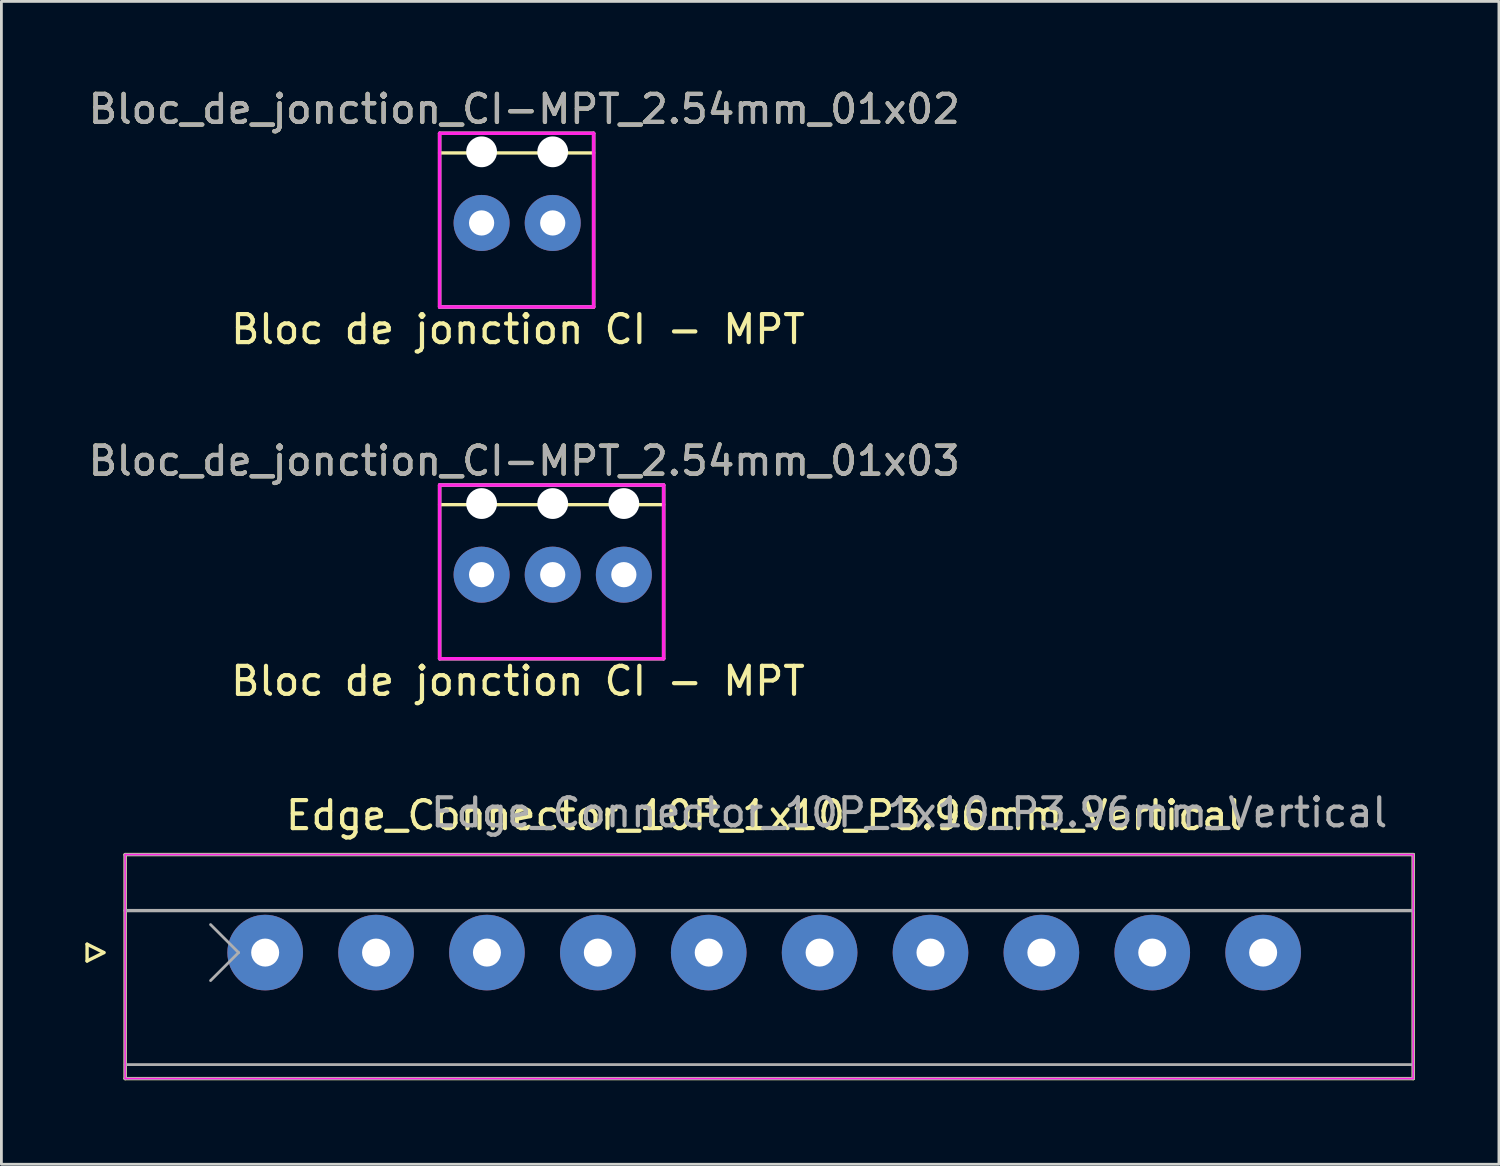
<source format=kicad_pcb>
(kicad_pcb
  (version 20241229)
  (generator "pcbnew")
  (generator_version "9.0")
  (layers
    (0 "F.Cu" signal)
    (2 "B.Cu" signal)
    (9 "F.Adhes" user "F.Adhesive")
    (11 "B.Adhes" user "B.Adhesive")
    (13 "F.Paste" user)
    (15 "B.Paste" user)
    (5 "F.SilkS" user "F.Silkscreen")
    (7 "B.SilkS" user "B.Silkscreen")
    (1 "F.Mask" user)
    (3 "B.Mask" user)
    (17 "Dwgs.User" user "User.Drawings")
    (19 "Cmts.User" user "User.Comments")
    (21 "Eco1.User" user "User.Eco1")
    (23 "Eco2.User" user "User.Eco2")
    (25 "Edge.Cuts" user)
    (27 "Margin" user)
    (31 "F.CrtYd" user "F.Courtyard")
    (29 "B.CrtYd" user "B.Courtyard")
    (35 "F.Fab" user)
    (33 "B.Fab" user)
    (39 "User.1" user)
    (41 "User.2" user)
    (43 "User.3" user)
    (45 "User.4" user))
  (footprint "Bloc_de_jonction_CI-MPT_2.54mm_01x02"
    (layer "F.Cu")
    (at 14.149 4.912)
    (property "Reference" "Bloc_de_jonction_CI-MPT_2.54mm_01x02" (at 1.524 -4.064 0) (layer "F.SilkS") (effects (font (size 1 1) (thickness 0.15))))
    (property "Value" "Bloc de jonction CI - MPT" (at 1.3 3.8 0) (layer "F.Fab") (hide yes) (effects (font (size 1 1) (thickness 0.15))))
    (attr through_hole)
    (fp_line (start -1.5 -3.2) (end -1.5 3) (stroke (width 0.12) (type solid)) (layer "F.SilkS"))
    (fp_line (start -1.5 -3.2) (end 4 -3.2) (stroke (width 0.12) (type solid)) (layer "F.SilkS"))
    (fp_line (start -1.5 -2.5) (end 4 -2.5) (stroke (width 0.12) (type solid)) (layer "F.SilkS"))
    (fp_line (start -1.5 3) (end 4 3) (stroke (width 0.12) (type solid)) (layer "F.SilkS"))
    (fp_line (start 4 3) (end 4 -3.2) (stroke (width 0.12) (type solid)) (layer "F.SilkS"))
    (fp_line (start -1.5 -3.2) (end 4 -3.2) (stroke (width 0.12) (type solid)) (layer "F.CrtYd"))
    (fp_line (start -1.5 3) (end -1.5 -3.2) (stroke (width 0.12) (type solid)) (layer "F.CrtYd"))
    (fp_line (start 4 -3.2) (end 4 3) (stroke (width 0.12) (type solid)) (layer "F.CrtYd"))
    (fp_line (start 4 3) (end -1.5 3) (stroke (width 0.12) (type solid)) (layer "F.CrtYd"))
    (fp_line (start -1.5 -3.2) (end 4 -3.2) (stroke (width 0.12) (type solid)) (layer "F.Fab"))
    (fp_line (start -1.5 3) (end -1.5 -3.2) (stroke (width 0.12) (type solid)) (layer "F.Fab"))
    (fp_line (start 4 -3.2) (end 4 3) (stroke (width 0.12) (type solid)) (layer "F.Fab"))
    (fp_line (start 4 3) (end -1.5 3) (stroke (width 0.12) (type solid)) (layer "F.Fab"))
    (fp_text user "${VALUE}" (at 1.3 3.8 0) (layer "F.SilkS") (effects (font (size 1 1) (thickness 0.15))))
    (fp_text user "${REFERENCE}" (at 1.524 -4.064 0) (layer "F.Fab") (effects (font (size 1 1) (thickness 0.15))))
    (pad "" np_thru_hole circle (at 0 -2.54) (size 1.1 1.1) (drill 1.1) (layers "*.Cu" "*.Mask"))
    (pad "" np_thru_hole circle (at 2.54 -2.54) (size 1.1 1.1) (drill 1.1) (layers "*.Cu" "*.Mask"))
    (pad "1" thru_hole circle (at 0 0) (size 2 2) (drill 0.9) (layers "*.Cu" "*.Mask"))
    (pad "2" thru_hole circle (at 2.54 0) (size 2 2) (drill 0.9) (layers "*.Cu" "*.Mask")))
  (footprint "Edge_Connector_10P_1x10_P3.96mm_Vertical"
    (layer "F.Cu")
    (at 6.42 30.969)
    (property "Reference" "Edge_Connector_10P_1x10_P3.96mm_Vertical" (at 17.82 -4.9 0) (layer "F.SilkS") (effects (font (size 1 1) (thickness 0.15))))
    (attr through_hole)
    (fp_line (start -6.36 -0.3) (end -5.76 0) (stroke (width 0.12) (type solid)) (layer "F.SilkS"))
    (fp_line (start -6.36 0.3) (end -6.36 -0.3) (stroke (width 0.12) (type solid)) (layer "F.SilkS"))
    (fp_line (start -5.76 0) (end -6.36 0.3) (stroke (width 0.12) (type solid)) (layer "F.SilkS"))
    (fp_line (start -5 -3.5) (end 41 -3.5) (stroke (width 0.12) (type solid)) (layer "F.SilkS"))
    (fp_line (start -5 4.5) (end -5 -3.5) (stroke (width 0.12) (type solid)) (layer "F.SilkS"))
    (fp_line (start 41 -3.5) (end 41 4.5) (stroke (width 0.12) (type solid)) (layer "F.SilkS"))
    (fp_line (start 41 4.5) (end -5 4.5) (stroke (width 0.12) (type solid)) (layer "F.SilkS"))
    (fp_line (start -5 -3.5) (end -5 4.5) (stroke (width 0.05) (type solid)) (layer "F.CrtYd"))
    (fp_line (start -5 4.5) (end 41 4.5) (stroke (width 0.05) (type solid)) (layer "F.CrtYd"))
    (fp_line (start 41 -3.5) (end -5 -3.5) (stroke (width 0.05) (type solid)) (layer "F.CrtYd"))
    (fp_line (start 41 4.5) (end 41 -3.5) (stroke (width 0.05) (type solid)) (layer "F.CrtYd"))
    (fp_line (start -5 -3.5) (end -5 4.5) (stroke (width 0.1) (type solid)) (layer "F.Fab"))
    (fp_line (start -5 -1.5) (end 41 -1.5) (stroke (width 0.12) (type solid)) (layer "F.Fab"))
    (fp_line (start -5 4) (end 41 4) (stroke (width 0.1) (type solid)) (layer "F.Fab"))
    (fp_line (start -5 4.5) (end 41 4.5) (stroke (width 0.1) (type solid)) (layer "F.Fab"))
    (fp_line (start -1.95 -1) (end -0.95 0) (stroke (width 0.1) (type solid)) (layer "F.Fab"))
    (fp_line (start -1.95 1) (end -0.95 0) (stroke (width 0.1) (type solid)) (layer "F.Fab"))
    (fp_line (start 41 -3.5) (end -5 -3.5) (stroke (width 0.1) (type solid)) (layer "F.Fab"))
    (fp_line (start 41 4.5) (end 41 -3.5) (stroke (width 0.1) (type solid)) (layer "F.Fab"))
    (fp_text user "${REFERENCE}" (at 23 -5 0) (layer "F.Fab") (effects (font (size 1 1) (thickness 0.15))))
    (pad "1" thru_hole circle (at 0 0) (size 2.7 2.7) (drill 1) (layers "*.Cu" "*.Mask"))
    (pad "2" thru_hole circle (at 3.96 0) (size 2.7 2.7) (drill 1) (layers "*.Cu" "*.Mask"))
    (pad "3" thru_hole circle (at 7.92 0) (size 2.7 2.7) (drill 1) (layers "*.Cu" "*.Mask"))
    (pad "4" thru_hole circle (at 11.88 0) (size 2.7 2.7) (drill 1) (layers "*.Cu" "*.Mask"))
    (pad "5" thru_hole circle (at 15.84 0) (size 2.7 2.7) (drill 1) (layers "*.Cu" "*.Mask"))
    (pad "6" thru_hole circle (at 19.8 0) (size 2.7 2.7) (drill 1) (layers "*.Cu" "*.Mask"))
    (pad "7" thru_hole circle (at 23.76 0) (size 2.7 2.7) (drill 1) (layers "*.Cu" "*.Mask"))
    (pad "8" thru_hole circle (at 27.72 0) (size 2.7 2.7) (drill 1) (layers "*.Cu" "*.Mask"))
    (pad "9" thru_hole circle (at 31.68 0) (size 2.7 2.7) (drill 1) (layers "*.Cu" "*.Mask"))
    (pad "10" thru_hole circle (at 35.64 0) (size 2.7 2.7) (drill 1) (layers "*.Cu" "*.Mask")))
  (footprint "Bloc_de_jonction_CI-MPT_2.54mm_01x03"
    (layer "F.Cu")
    (at 14.149 17.473)
    (property "Reference" "Bloc_de_jonction_CI-MPT_2.54mm_01x03" (at 1.524 -4.064 0) (layer "F.SilkS") (effects (font (size 1 1) (thickness 0.15))))
    (property "Value" "Bloc de jonction CI - MPT" (at 1.3 3.8 0) (layer "F.Fab") (hide yes) (effects (font (size 1 1) (thickness 0.15))))
    (attr through_hole)
    (fp_line (start -1.5 -3.2) (end -1.5 3) (stroke (width 0.12) (type solid)) (layer "F.SilkS"))
    (fp_line (start -1.5 -3.2) (end 6.5 -3.2) (stroke (width 0.12) (type solid)) (layer "F.SilkS"))
    (fp_line (start -1.5 -2.5) (end 6.5 -2.5) (stroke (width 0.12) (type solid)) (layer "F.SilkS"))
    (fp_line (start -1.5 3) (end 6.5 3) (stroke (width 0.12) (type solid)) (layer "F.SilkS"))
    (fp_line (start 6.5 3) (end 6.5 -3.2) (stroke (width 0.12) (type solid)) (layer "F.SilkS"))
    (fp_line (start -1.5 -3.2) (end 6.5 -3.2) (stroke (width 0.12) (type solid)) (layer "F.CrtYd"))
    (fp_line (start -1.5 3) (end -1.5 -3.2) (stroke (width 0.12) (type solid)) (layer "F.CrtYd"))
    (fp_line (start 6.5 -3.2) (end 6.5 3) (stroke (width 0.12) (type solid)) (layer "F.CrtYd"))
    (fp_line (start 6.5 3) (end -1.5 3) (stroke (width 0.12) (type solid)) (layer "F.CrtYd"))
    (fp_line (start -1.5 -3.2) (end 6.5 -3.2) (stroke (width 0.12) (type solid)) (layer "F.Fab"))
    (fp_line (start -1.5 3) (end -1.5 -3.2) (stroke (width 0.12) (type solid)) (layer "F.Fab"))
    (fp_line (start 6.5 -3.2) (end 6.5 3) (stroke (width 0.12) (type solid)) (layer "F.Fab"))
    (fp_line (start 6.5 3) (end -1.5 3) (stroke (width 0.12) (type solid)) (layer "F.Fab"))
    (fp_text user "${VALUE}" (at 1.3 3.8 0) (layer "F.SilkS") (effects (font (size 1 1) (thickness 0.15))))
    (fp_text user "${REFERENCE}" (at 1.524 -4.064 0) (layer "F.Fab") (effects (font (size 1 1) (thickness 0.15))))
    (pad "" np_thru_hole circle (at 0 -2.54) (size 1.1 1.1) (drill 1.1) (layers "*.Cu" "*.Mask"))
    (pad "" np_thru_hole circle (at 2.54 -2.54) (size 1.1 1.1) (drill 1.1) (layers "*.Cu" "*.Mask"))
    (pad "" np_thru_hole circle (at 5.08 -2.54) (size 1.1 1.1) (drill 1.1) (layers "*.Cu" "*.Mask"))
    (pad "1" thru_hole circle (at 0 0) (size 2 2) (drill 0.9) (layers "*.Cu" "*.Mask"))
    (pad "2" thru_hole circle (at 2.54 0) (size 2 2) (drill 0.9) (layers "*.Cu" "*.Mask"))
    (pad "3" thru_hole circle (at 5.08 0) (size 2 2) (drill 0.9) (layers "*.Cu" "*.Mask")))
  (gr_rect
    (start -3 -3)
    (end 50.48 38.529)
    (stroke (width 0.1) (type default))
    (fill no)
    (layer "Edge.Cuts")))
</source>
